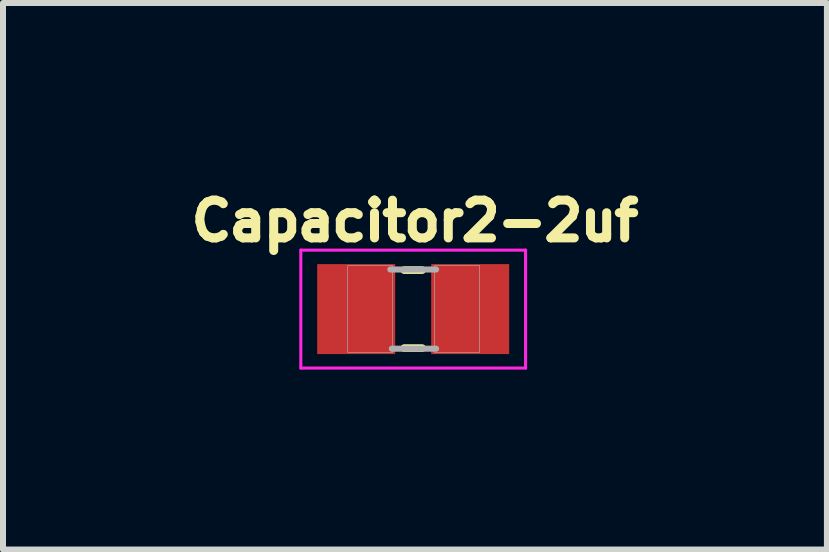
<source format=kicad_pcb>
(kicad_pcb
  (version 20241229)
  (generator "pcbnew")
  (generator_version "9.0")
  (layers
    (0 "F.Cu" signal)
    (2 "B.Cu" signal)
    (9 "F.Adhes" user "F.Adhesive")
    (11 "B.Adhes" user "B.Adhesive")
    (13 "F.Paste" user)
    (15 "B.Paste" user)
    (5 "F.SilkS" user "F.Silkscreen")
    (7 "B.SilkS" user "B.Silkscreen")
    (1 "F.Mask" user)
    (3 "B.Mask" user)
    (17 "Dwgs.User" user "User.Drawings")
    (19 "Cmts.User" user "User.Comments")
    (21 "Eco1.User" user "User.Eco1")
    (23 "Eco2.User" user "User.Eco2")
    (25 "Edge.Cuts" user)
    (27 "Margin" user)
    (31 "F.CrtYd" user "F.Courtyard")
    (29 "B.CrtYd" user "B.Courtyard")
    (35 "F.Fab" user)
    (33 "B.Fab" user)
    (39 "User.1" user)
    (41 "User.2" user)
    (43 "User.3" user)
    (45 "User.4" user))
  (footprint "Capacitor2-2uf"
    (layer "F.Cu")
    (at 3.837 2.102)
    (property "Reference" "Capacitor2-2uf" (at 0.03 -1.47 0) (layer "F.SilkS") (effects (font (size 0.63 0.63) (thickness 0.15))))
    (attr smd)
    (fp_line (start -0.15 -0.65) (end 0.15 -0.65) (stroke (width 0.127) (type solid)) (layer "F.SilkS"))
    (fp_line (start -0.15 0.65) (end 0.15 0.65) (stroke (width 0.127) (type solid)) (layer "F.SilkS"))
    (fp_line (start -1.873 -0.983) (end 1.873 -0.983) (stroke (width 0.051) (type solid)) (layer "F.CrtYd"))
    (fp_line (start -1.873 0.983) (end -1.873 -0.983) (stroke (width 0.051) (type solid)) (layer "F.CrtYd"))
    (fp_line (start 1.873 -0.983) (end 1.873 0.983) (stroke (width 0.051) (type solid)) (layer "F.CrtYd"))
    (fp_line (start 1.873 0.983) (end -1.873 0.983) (stroke (width 0.051) (type solid)) (layer "F.CrtYd"))
    (fp_line (start -0.381 -0.66) (end 0.381 -0.66) (stroke (width 0.102) (type solid)) (layer "F.Fab"))
    (fp_line (start -0.356 0.66) (end 0.381 0.66) (stroke (width 0.102) (type solid)) (layer "F.Fab"))
    (fp_poly (pts (xy -1.092 -0.726) (xy -0.342 -0.726) (xy -0.342 0.724) (xy -1.092 0.724)) (stroke (width 0.01) (type solid)) (fill no) (layer "F.Fab"))
    (fp_poly (pts (xy 0.356 -0.726) (xy 1.106 -0.726) (xy 1.106 0.724) (xy 0.356 0.724)) (stroke (width 0.01) (type solid)) (fill no) (layer "F.Fab"))
    (pad "1" smd rect (at -0.95 0) (size 1.3 1.5) (layers "F.Cu" "F.Mask" "F.Paste"))
    (pad "2" smd rect (at 0.95 0) (size 1.3 1.5) (layers "F.Cu" "F.Mask" "F.Paste")))
  (gr_rect
    (start -3 -3)
    (end 10.733 6.11)
    (stroke (width 0.1) (type default))
    (fill no)
    (layer "Edge.Cuts")))
</source>
